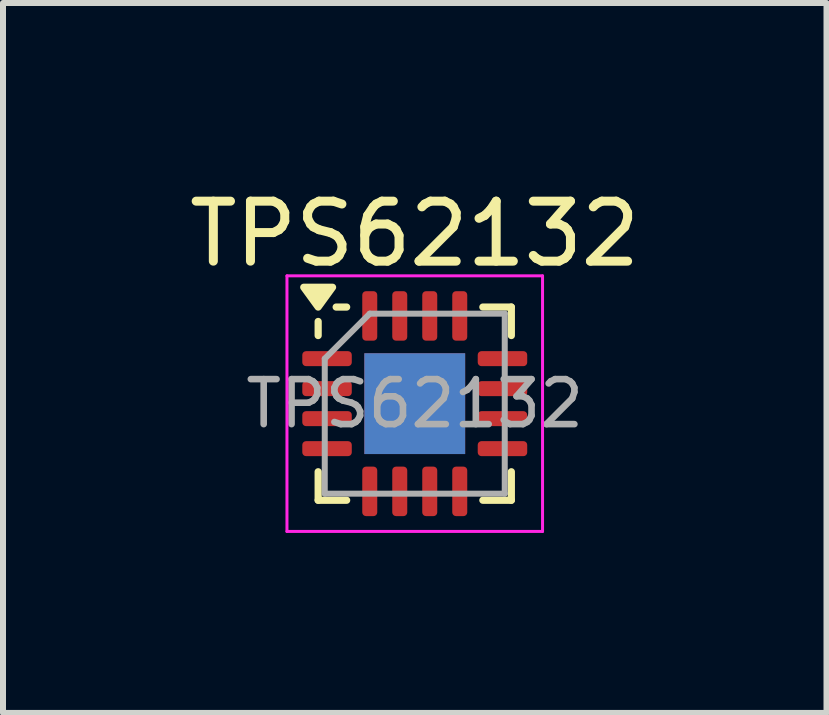
<source format=kicad_pcb>
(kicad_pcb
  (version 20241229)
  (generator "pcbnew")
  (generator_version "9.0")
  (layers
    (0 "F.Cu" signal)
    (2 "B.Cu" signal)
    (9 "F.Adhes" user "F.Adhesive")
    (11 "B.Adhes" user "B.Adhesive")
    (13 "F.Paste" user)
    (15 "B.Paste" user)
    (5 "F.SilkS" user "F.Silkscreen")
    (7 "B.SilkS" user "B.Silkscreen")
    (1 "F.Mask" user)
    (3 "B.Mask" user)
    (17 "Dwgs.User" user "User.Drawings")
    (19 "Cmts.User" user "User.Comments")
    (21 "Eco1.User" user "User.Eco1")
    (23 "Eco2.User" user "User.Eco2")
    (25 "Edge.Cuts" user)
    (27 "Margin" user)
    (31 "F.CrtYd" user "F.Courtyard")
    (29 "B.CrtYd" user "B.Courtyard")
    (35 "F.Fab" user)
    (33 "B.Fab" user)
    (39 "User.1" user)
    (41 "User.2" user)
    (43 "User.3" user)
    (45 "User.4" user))
  (footprint "TPS62132"
    (layer "F.Cu")
    (at 3.863 3.678)
    (property "Reference" "TPS62132" (at 0 -2.83 180) (layer "F.SilkS") (effects (font (size 1 1) (thickness 0.15))))
    (attr smd)
    (fp_line (start -1.61 -1.135) (end -1.61 -1.37) (stroke (width 0.12) (type solid)) (layer "F.SilkS"))
    (fp_line (start -1.61 1.61) (end -1.61 1.135) (stroke (width 0.12) (type solid)) (layer "F.SilkS"))
    (fp_line (start -1.135 -1.61) (end -1.31 -1.61) (stroke (width 0.12) (type solid)) (layer "F.SilkS"))
    (fp_line (start -1.135 1.61) (end -1.61 1.61) (stroke (width 0.12) (type solid)) (layer "F.SilkS"))
    (fp_line (start 1.135 -1.61) (end 1.61 -1.61) (stroke (width 0.12) (type solid)) (layer "F.SilkS"))
    (fp_line (start 1.135 1.61) (end 1.61 1.61) (stroke (width 0.12) (type solid)) (layer "F.SilkS"))
    (fp_line (start 1.61 -1.61) (end 1.61 -1.135) (stroke (width 0.12) (type solid)) (layer "F.SilkS"))
    (fp_line (start 1.61 1.61) (end 1.61 1.135) (stroke (width 0.12) (type solid)) (layer "F.SilkS"))
    (fp_poly (pts (xy -1.61 -1.61) (xy -1.85 -1.94) (xy -1.37 -1.94) (xy -1.61 -1.61)) (stroke (width 0.12) (type solid)) (fill yes) (layer "F.SilkS"))
    (fp_line (start -2.13 -2.13) (end -2.13 2.13) (stroke (width 0.05) (type solid)) (layer "F.CrtYd"))
    (fp_line (start -2.13 2.13) (end 2.13 2.13) (stroke (width 0.05) (type solid)) (layer "F.CrtYd"))
    (fp_line (start 2.13 -2.13) (end -2.13 -2.13) (stroke (width 0.05) (type solid)) (layer "F.CrtYd"))
    (fp_line (start 2.13 2.13) (end 2.13 -2.13) (stroke (width 0.05) (type solid)) (layer "F.CrtYd"))
    (fp_line (start -1.5 -0.75) (end -0.75 -1.5) (stroke (width 0.1) (type solid)) (layer "F.Fab"))
    (fp_line (start -1.5 1.5) (end -1.5 -0.75) (stroke (width 0.1) (type solid)) (layer "F.Fab"))
    (fp_line (start -0.75 -1.5) (end 1.5 -1.5) (stroke (width 0.1) (type solid)) (layer "F.Fab"))
    (fp_line (start 1.5 -1.5) (end 1.5 1.5) (stroke (width 0.1) (type solid)) (layer "F.Fab"))
    (fp_line (start 1.5 1.5) (end -1.5 1.5) (stroke (width 0.1) (type solid)) (layer "F.Fab"))
    (fp_text user "${REFERENCE}" (at 0 0 180) (layer "F.Fab") (effects (font (size 0.75 0.75) (thickness 0.11))))
    (pad "" smd roundrect (at -0.42 -0.42) (size 0.73 0.73) (layers "F.Paste") (roundrect_rratio 0.25))
    (pad "" smd roundrect (at -0.42 0.42) (size 0.73 0.73) (layers "F.Paste") (roundrect_rratio 0.25))
    (pad "" smd roundrect (at 0.42 -0.42) (size 0.73 0.73) (layers "F.Paste") (roundrect_rratio 0.25))
    (pad "" smd roundrect (at 0.42 0.42) (size 0.73 0.73) (layers "F.Paste") (roundrect_rratio 0.25))
    (pad "1" smd roundrect (at -1.462 -0.75) (size 0.825 0.25) (layers "F.Cu" "F.Mask" "F.Paste") (roundrect_rratio 0.25))
    (pad "2" smd roundrect (at -1.462 -0.25) (size 0.825 0.25) (layers "F.Cu" "F.Mask" "F.Paste") (roundrect_rratio 0.25))
    (pad "3" smd roundrect (at -1.462 0.25) (size 0.825 0.25) (layers "F.Cu" "F.Mask" "F.Paste") (roundrect_rratio 0.25))
    (pad "4" smd roundrect (at -1.462 0.75) (size 0.825 0.25) (layers "F.Cu" "F.Mask" "F.Paste") (roundrect_rratio 0.25))
    (pad "5" smd roundrect (at -0.75 1.462) (size 0.25 0.825) (layers "F.Cu" "F.Mask" "F.Paste") (roundrect_rratio 0.25))
    (pad "6" smd roundrect (at -0.25 1.462) (size 0.25 0.825) (layers "F.Cu" "F.Mask" "F.Paste") (roundrect_rratio 0.25))
    (pad "7" smd roundrect (at 0.25 1.462) (size 0.25 0.825) (layers "F.Cu" "F.Mask" "F.Paste") (roundrect_rratio 0.25))
    (pad "8" smd roundrect (at 0.75 1.462) (size 0.25 0.825) (layers "F.Cu" "F.Mask" "F.Paste") (roundrect_rratio 0.25))
    (pad "9" smd roundrect (at 1.462 0.75) (size 0.825 0.25) (layers "F.Cu" "F.Mask" "F.Paste") (roundrect_rratio 0.25))
    (pad "10" smd roundrect (at 1.462 0.25) (size 0.825 0.25) (layers "F.Cu" "F.Mask" "F.Paste") (roundrect_rratio 0.25))
    (pad "11" smd roundrect (at 1.462 -0.25) (size 0.825 0.25) (layers "F.Cu" "F.Mask" "F.Paste") (roundrect_rratio 0.25))
    (pad "12" smd roundrect (at 1.462 -0.75) (size 0.825 0.25) (layers "F.Cu" "F.Mask" "F.Paste") (roundrect_rratio 0.25))
    (pad "13" smd roundrect (at 0.75 -1.462) (size 0.25 0.825) (layers "F.Cu" "F.Mask" "F.Paste") (roundrect_rratio 0.25))
    (pad "14" smd roundrect (at 0.25 -1.462) (size 0.25 0.825) (layers "F.Cu" "F.Mask" "F.Paste") (roundrect_rratio 0.25))
    (pad "15" smd roundrect (at -0.25 -1.462) (size 0.25 0.825) (layers "F.Cu" "F.Mask" "F.Paste") (roundrect_rratio 0.25))
    (pad "16" smd roundrect (at -0.75 -1.462) (size 0.25 0.825) (layers "F.Cu" "F.Mask" "F.Paste") (roundrect_rratio 0.25))
    (pad "17" smd rect (at 0 0) (size 1.68 1.68) (property pad_prop_heatsink) (layers "F.Cu" "F.Mask"))
    (pad "17" smd rect (at 0 0) (size 1.68 1.68) (property pad_prop_heatsink) (layers "B.Cu")))
  (gr_rect
    (start -3 -3)
    (end 10.726 8.833)
    (stroke (width 0.1) (type default))
    (fill no)
    (layer "Edge.Cuts")))
</source>
